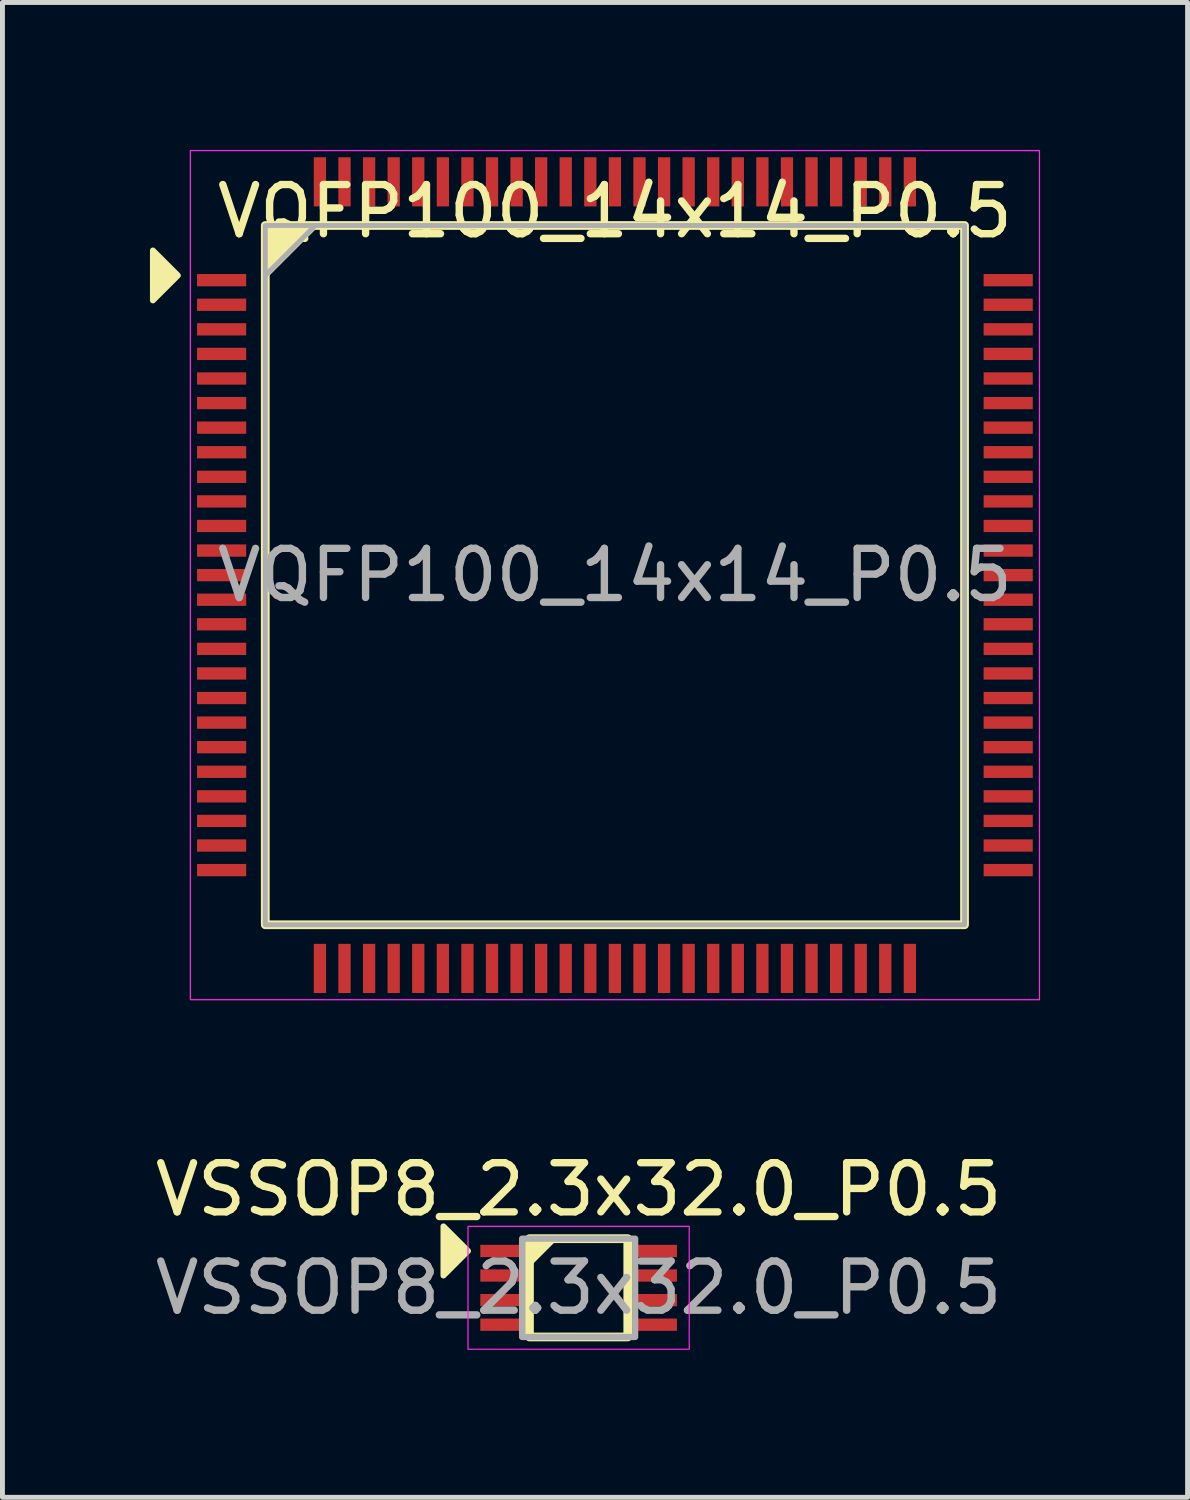
<source format=kicad_pcb>
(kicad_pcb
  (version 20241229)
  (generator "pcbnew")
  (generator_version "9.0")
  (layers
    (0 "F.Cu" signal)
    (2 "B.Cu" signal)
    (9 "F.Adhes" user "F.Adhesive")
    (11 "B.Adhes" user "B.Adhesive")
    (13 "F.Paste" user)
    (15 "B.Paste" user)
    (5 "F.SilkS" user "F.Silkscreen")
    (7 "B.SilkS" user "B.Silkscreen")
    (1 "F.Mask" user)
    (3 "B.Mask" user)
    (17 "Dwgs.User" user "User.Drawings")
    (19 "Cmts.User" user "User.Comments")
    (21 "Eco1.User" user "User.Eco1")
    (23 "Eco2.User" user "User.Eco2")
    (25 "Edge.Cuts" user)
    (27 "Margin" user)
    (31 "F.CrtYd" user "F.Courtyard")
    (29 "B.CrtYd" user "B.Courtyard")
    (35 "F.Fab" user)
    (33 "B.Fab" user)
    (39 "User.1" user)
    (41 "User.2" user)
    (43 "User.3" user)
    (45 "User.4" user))
  (footprint "VQFP100_14x14_P0.5"
    (layer "F.Cu")
    (at 9.458 8.649)
    (property "Reference" "VQFP100_14x14_P0.5" (at 0 -7.4 0) (layer "F.SilkS") (effects (font (size 1 1) (thickness 0.15))))
    (attr smd)
    (fp_rect (start -7.112 -7.112) (end 7.112 7.112) (stroke (width 0.178) (type solid)) (fill no) (layer "F.SilkS"))
    (fp_poly (pts (xy -8.89 -6.096) (xy -9.398 -5.588) (xy -9.398 -6.604)) (stroke (width 0.12) (type solid)) (fill yes) (layer "F.SilkS"))
    (fp_poly (pts (xy -7.112 -6.096) (xy -7.112 -7.112) (xy -6.096 -7.112)) (stroke (width 0.12) (type solid)) (fill yes) (layer "F.SilkS"))
    (fp_rect (start -8.636 -8.636) (end 8.636 8.636) (stroke (width 0.025) (type solid)) (fill no) (layer "F.CrtYd"))
    (fp_line (start -7.112 -6.096) (end -6.096 -7.112) (stroke (width 0.1) (type solid)) (layer "F.Fab"))
    (fp_rect (start -7.112 7.112) (end 7.112 -7.112) (stroke (width 0.1) (type solid)) (fill no) (layer "F.Fab"))
    (fp_text user "${REFERENCE}" (at 0 0 0) (layer "F.Fab") (effects (font (size 1 1) (thickness 0.15))))
    (pad "1" smd rect (at -8 -6) (size 1 0.25) (layers "F.Cu" "F.Mask" "F.Paste"))
    (pad "2" smd rect (at -8 -5.5) (size 1 0.25) (layers "F.Cu" "F.Mask" "F.Paste"))
    (pad "3" smd rect (at -8 -5) (size 1 0.25) (layers "F.Cu" "F.Mask" "F.Paste"))
    (pad "4" smd rect (at -8 -4.5) (size 1 0.25) (layers "F.Cu" "F.Mask" "F.Paste"))
    (pad "5" smd rect (at -8 -4) (size 1 0.25) (layers "F.Cu" "F.Mask" "F.Paste"))
    (pad "6" smd rect (at -8 -3.5) (size 1 0.25) (layers "F.Cu" "F.Mask" "F.Paste"))
    (pad "7" smd rect (at -8 -3) (size 1 0.25) (layers "F.Cu" "F.Mask" "F.Paste"))
    (pad "8" smd rect (at -8 -2.5) (size 1 0.25) (layers "F.Cu" "F.Mask" "F.Paste"))
    (pad "9" smd rect (at -8 -2) (size 1 0.25) (layers "F.Cu" "F.Mask" "F.Paste"))
    (pad "10" smd rect (at -8 -1.5) (size 1 0.25) (layers "F.Cu" "F.Mask" "F.Paste"))
    (pad "11" smd rect (at -8 -1) (size 1 0.25) (layers "F.Cu" "F.Mask" "F.Paste"))
    (pad "12" smd rect (at -8 -0.5) (size 1 0.25) (layers "F.Cu" "F.Mask" "F.Paste"))
    (pad "13" smd rect (at -8 0) (size 1 0.25) (layers "F.Cu" "F.Mask" "F.Paste"))
    (pad "14" smd rect (at -8 0.5) (size 1 0.25) (layers "F.Cu" "F.Mask" "F.Paste"))
    (pad "15" smd rect (at -8 1) (size 1 0.25) (layers "F.Cu" "F.Mask" "F.Paste"))
    (pad "16" smd rect (at -8 1.5) (size 1 0.25) (layers "F.Cu" "F.Mask" "F.Paste"))
    (pad "17" smd rect (at -8 2) (size 1 0.25) (layers "F.Cu" "F.Mask" "F.Paste"))
    (pad "18" smd rect (at -8 2.5) (size 1 0.25) (layers "F.Cu" "F.Mask" "F.Paste"))
    (pad "19" smd rect (at -8 3) (size 1 0.25) (layers "F.Cu" "F.Mask" "F.Paste"))
    (pad "20" smd rect (at -8 3.5) (size 1 0.25) (layers "F.Cu" "F.Mask" "F.Paste"))
    (pad "21" smd rect (at -8 4) (size 1 0.25) (layers "F.Cu" "F.Mask" "F.Paste"))
    (pad "22" smd rect (at -8 4.5) (size 1 0.25) (layers "F.Cu" "F.Mask" "F.Paste"))
    (pad "23" smd rect (at -8 5) (size 1 0.25) (layers "F.Cu" "F.Mask" "F.Paste"))
    (pad "24" smd rect (at -8 5.5) (size 1 0.25) (layers "F.Cu" "F.Mask" "F.Paste"))
    (pad "25" smd rect (at -8 6) (size 1 0.25) (layers "F.Cu" "F.Mask" "F.Paste"))
    (pad "26" smd rect (at -6 8) (size 0.25 1) (layers "F.Cu" "F.Mask" "F.Paste"))
    (pad "27" smd rect (at -5.5 8) (size 0.25 1) (layers "F.Cu" "F.Mask" "F.Paste"))
    (pad "28" smd rect (at -5 8) (size 0.25 1) (layers "F.Cu" "F.Mask" "F.Paste"))
    (pad "29" smd rect (at -4.5 8) (size 0.25 1) (layers "F.Cu" "F.Mask" "F.Paste"))
    (pad "30" smd rect (at -4 8) (size 0.25 1) (layers "F.Cu" "F.Mask" "F.Paste"))
    (pad "31" smd rect (at -3.5 8) (size 0.25 1) (layers "F.Cu" "F.Mask" "F.Paste"))
    (pad "32" smd rect (at -3 8) (size 0.25 1) (layers "F.Cu" "F.Mask" "F.Paste"))
    (pad "33" smd rect (at -2.5 8) (size 0.25 1) (layers "F.Cu" "F.Mask" "F.Paste"))
    (pad "34" smd rect (at -2 8) (size 0.25 1) (layers "F.Cu" "F.Mask" "F.Paste"))
    (pad "35" smd rect (at -1.5 8) (size 0.25 1) (layers "F.Cu" "F.Mask" "F.Paste"))
    (pad "36" smd rect (at -1 8) (size 0.25 1) (layers "F.Cu" "F.Mask" "F.Paste"))
    (pad "37" smd rect (at -0.5 8) (size 0.25 1) (layers "F.Cu" "F.Mask" "F.Paste"))
    (pad "38" smd rect (at 0 8) (size 0.25 1) (layers "F.Cu" "F.Mask" "F.Paste"))
    (pad "39" smd rect (at 0.5 8) (size 0.25 1) (layers "F.Cu" "F.Mask" "F.Paste"))
    (pad "40" smd rect (at 1 8) (size 0.25 1) (layers "F.Cu" "F.Mask" "F.Paste"))
    (pad "41" smd rect (at 1.5 8) (size 0.25 1) (layers "F.Cu" "F.Mask" "F.Paste"))
    (pad "42" smd rect (at 2 8) (size 0.25 1) (layers "F.Cu" "F.Mask" "F.Paste"))
    (pad "43" smd rect (at 2.5 8) (size 0.25 1) (layers "F.Cu" "F.Mask" "F.Paste"))
    (pad "44" smd rect (at 3 8) (size 0.25 1) (layers "F.Cu" "F.Mask" "F.Paste"))
    (pad "45" smd rect (at 3.5 8) (size 0.25 1) (layers "F.Cu" "F.Mask" "F.Paste"))
    (pad "46" smd rect (at 4 8) (size 0.25 1) (layers "F.Cu" "F.Mask" "F.Paste"))
    (pad "47" smd rect (at 4.5 8) (size 0.25 1) (layers "F.Cu" "F.Mask" "F.Paste"))
    (pad "48" smd rect (at 5 8) (size 0.25 1) (layers "F.Cu" "F.Mask" "F.Paste"))
    (pad "49" smd rect (at 5.5 8) (size 0.25 1) (layers "F.Cu" "F.Mask" "F.Paste"))
    (pad "50" smd rect (at 6 8) (size 0.25 1) (layers "F.Cu" "F.Mask" "F.Paste"))
    (pad "51" smd rect (at 8 6) (size 1 0.25) (layers "F.Cu" "F.Mask" "F.Paste"))
    (pad "52" smd rect (at 8 5.5) (size 1 0.25) (layers "F.Cu" "F.Mask" "F.Paste"))
    (pad "53" smd rect (at 8 5) (size 1 0.25) (layers "F.Cu" "F.Mask" "F.Paste"))
    (pad "54" smd rect (at 8 4.5) (size 1 0.25) (layers "F.Cu" "F.Mask" "F.Paste"))
    (pad "55" smd rect (at 8 4) (size 1 0.25) (layers "F.Cu" "F.Mask" "F.Paste"))
    (pad "56" smd rect (at 8 3.5) (size 1 0.25) (layers "F.Cu" "F.Mask" "F.Paste"))
    (pad "57" smd rect (at 8 3) (size 1 0.25) (layers "F.Cu" "F.Mask" "F.Paste"))
    (pad "58" smd rect (at 8 2.5) (size 1 0.25) (layers "F.Cu" "F.Mask" "F.Paste"))
    (pad "59" smd rect (at 8 2) (size 1 0.25) (layers "F.Cu" "F.Mask" "F.Paste"))
    (pad "60" smd rect (at 8 1.5) (size 1 0.25) (layers "F.Cu" "F.Mask" "F.Paste"))
    (pad "61" smd rect (at 8 1) (size 1 0.25) (layers "F.Cu" "F.Mask" "F.Paste"))
    (pad "62" smd rect (at 8 0.5) (size 1 0.25) (layers "F.Cu" "F.Mask" "F.Paste"))
    (pad "63" smd rect (at 8 0) (size 1 0.25) (layers "F.Cu" "F.Mask" "F.Paste"))
    (pad "64" smd rect (at 8 -0.5) (size 1 0.25) (layers "F.Cu" "F.Mask" "F.Paste"))
    (pad "65" smd rect (at 8 -1) (size 1 0.25) (layers "F.Cu" "F.Mask" "F.Paste"))
    (pad "66" smd rect (at 8 -1.5) (size 1 0.25) (layers "F.Cu" "F.Mask" "F.Paste"))
    (pad "67" smd rect (at 8 -2) (size 1 0.25) (layers "F.Cu" "F.Mask" "F.Paste"))
    (pad "68" smd rect (at 8 -2.5) (size 1 0.25) (layers "F.Cu" "F.Mask" "F.Paste"))
    (pad "69" smd rect (at 8 -3) (size 1 0.25) (layers "F.Cu" "F.Mask" "F.Paste"))
    (pad "70" smd rect (at 8 -3.5) (size 1 0.25) (layers "F.Cu" "F.Mask" "F.Paste"))
    (pad "71" smd rect (at 8 -4) (size 1 0.25) (layers "F.Cu" "F.Mask" "F.Paste"))
    (pad "72" smd rect (at 8 -4.5) (size 1 0.25) (layers "F.Cu" "F.Mask" "F.Paste"))
    (pad "73" smd rect (at 8 -5) (size 1 0.25) (layers "F.Cu" "F.Mask" "F.Paste"))
    (pad "74" smd rect (at 8 -5.5) (size 1 0.25) (layers "F.Cu" "F.Mask" "F.Paste"))
    (pad "75" smd rect (at 8 -6) (size 1 0.25) (layers "F.Cu" "F.Mask" "F.Paste"))
    (pad "76" smd rect (at 6 -8) (size 0.25 1) (layers "F.Cu" "F.Mask" "F.Paste"))
    (pad "77" smd rect (at 5.5 -8) (size 0.25 1) (layers "F.Cu" "F.Mask" "F.Paste"))
    (pad "78" smd rect (at 5 -8) (size 0.25 1) (layers "F.Cu" "F.Mask" "F.Paste"))
    (pad "79" smd rect (at 4.5 -8) (size 0.25 1) (layers "F.Cu" "F.Mask" "F.Paste"))
    (pad "80" smd rect (at 4 -8) (size 0.25 1) (layers "F.Cu" "F.Mask" "F.Paste"))
    (pad "81" smd rect (at 3.5 -8) (size 0.25 1) (layers "F.Cu" "F.Mask" "F.Paste"))
    (pad "82" smd rect (at 3 -8) (size 0.25 1) (layers "F.Cu" "F.Mask" "F.Paste"))
    (pad "83" smd rect (at 2.5 -8) (size 0.25 1) (layers "F.Cu" "F.Mask" "F.Paste"))
    (pad "84" smd rect (at 2 -8) (size 0.25 1) (layers "F.Cu" "F.Mask" "F.Paste"))
    (pad "85" smd rect (at 1.5 -8) (size 0.25 1) (layers "F.Cu" "F.Mask" "F.Paste"))
    (pad "86" smd rect (at 1 -8) (size 0.25 1) (layers "F.Cu" "F.Mask" "F.Paste"))
    (pad "87" smd rect (at 0.5 -8) (size 0.25 1) (layers "F.Cu" "F.Mask" "F.Paste"))
    (pad "88" smd rect (at 0 -8) (size 0.25 1) (layers "F.Cu" "F.Mask" "F.Paste"))
    (pad "89" smd rect (at -0.5 -8) (size 0.25 1) (layers "F.Cu" "F.Mask" "F.Paste"))
    (pad "90" smd rect (at -1 -8) (size 0.25 1) (layers "F.Cu" "F.Mask" "F.Paste"))
    (pad "91" smd rect (at -1.5 -8) (size 0.25 1) (layers "F.Cu" "F.Mask" "F.Paste"))
    (pad "92" smd rect (at -2 -8) (size 0.25 1) (layers "F.Cu" "F.Mask" "F.Paste"))
    (pad "93" smd rect (at -2.5 -8) (size 0.25 1) (layers "F.Cu" "F.Mask" "F.Paste"))
    (pad "94" smd rect (at -3 -8) (size 0.25 1) (layers "F.Cu" "F.Mask" "F.Paste"))
    (pad "95" smd rect (at -3.5 -8) (size 0.25 1) (layers "F.Cu" "F.Mask" "F.Paste"))
    (pad "96" smd rect (at -4 -8) (size 0.25 1) (layers "F.Cu" "F.Mask" "F.Paste"))
    (pad "97" smd rect (at -4.5 -8) (size 0.25 1) (layers "F.Cu" "F.Mask" "F.Paste"))
    (pad "98" smd rect (at -5 -8) (size 0.25 1) (layers "F.Cu" "F.Mask" "F.Paste"))
    (pad "99" smd rect (at -5.5 -8) (size 0.25 1) (layers "F.Cu" "F.Mask" "F.Paste"))
    (pad "100" smd rect (at -6 -8) (size 0.25 1) (layers "F.Cu" "F.Mask" "F.Paste")))
  (footprint "VSSOP8_2.3x32.0_P0.5"
    (layer "F.Cu")
    (at 8.72 23.146)
    (property "Reference" "VSSOP8_2.3x32.0_P0.5" (at 0 -2 0) (unlocked yes) (layer "F.SilkS") (effects (font (size 1 1) (thickness 0.15))))
    (attr smd)
    (fp_rect (start -1 -1) (end 1 1) (stroke (width 0.178) (type solid)) (fill no) (layer "F.SilkS"))
    (fp_poly (pts (xy -2.25 -0.75) (xy -2.75 -0.25) (xy -2.75 -1.25)) (stroke (width 0.12) (type solid)) (fill yes) (layer "F.SilkS"))
    (fp_poly (pts (xy -1 -0.5) (xy -1 -1) (xy -0.5 -1)) (stroke (width 0.12) (type solid)) (fill yes) (layer "F.SilkS"))
    (fp_rect (start -2.25 -1.25) (end 2.25 1.25) (stroke (width 0.025) (type solid)) (fill no) (layer "F.CrtYd"))
    (fp_rect (start -1.15 -1) (end 1.15 1) (stroke (width 0.127) (type solid)) (fill no) (layer "F.Fab"))
    (fp_text user "${REFERENCE}" (at 0 0 0) (unlocked yes) (layer "F.Fab") (effects (font (size 1 1) (thickness 0.15))))
    (pad "1" smd rect (at -1.6 -0.75) (size 0.8 0.25) (layers "F.Cu" "F.Mask" "F.Paste"))
    (pad "2" smd rect (at -1.6 -0.25) (size 0.8 0.25) (layers "F.Cu" "F.Mask" "F.Paste"))
    (pad "3" smd rect (at -1.6 0.25) (size 0.8 0.25) (layers "F.Cu" "F.Mask" "F.Paste"))
    (pad "4" smd rect (at -1.6 0.75) (size 0.8 0.25) (layers "F.Cu" "F.Mask" "F.Paste"))
    (pad "5" smd rect (at 1.6 0.75) (size 0.8 0.25) (layers "F.Cu" "F.Mask" "F.Paste"))
    (pad "6" smd rect (at 1.6 0.25) (size 0.8 0.25) (layers "F.Cu" "F.Mask" "F.Paste"))
    (pad "7" smd rect (at 1.6 -0.25) (size 0.8 0.25) (layers "F.Cu" "F.Mask" "F.Paste"))
    (pad "8" smd rect (at 1.6 -0.75) (size 0.8 0.25) (layers "F.Cu" "F.Mask" "F.Paste")))
  (gr_rect
    (start -3 -3)
    (end 21.107 27.408)
    (stroke (width 0.1) (type default))
    (fill no)
    (layer "Edge.Cuts")))
</source>
